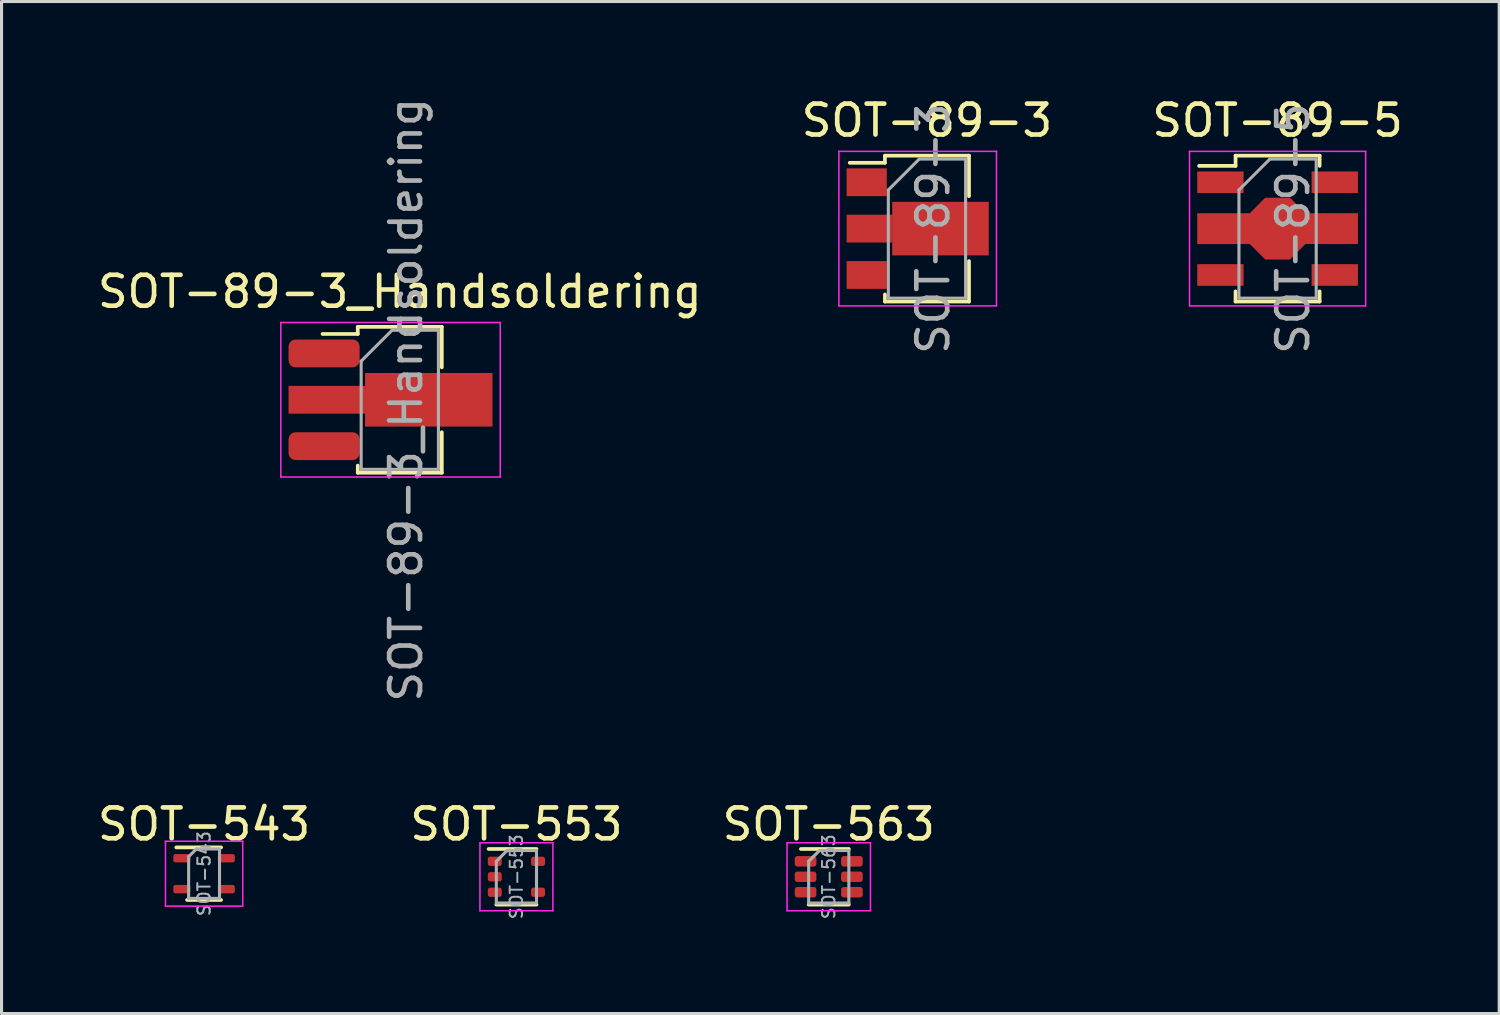
<source format=kicad_pcb>
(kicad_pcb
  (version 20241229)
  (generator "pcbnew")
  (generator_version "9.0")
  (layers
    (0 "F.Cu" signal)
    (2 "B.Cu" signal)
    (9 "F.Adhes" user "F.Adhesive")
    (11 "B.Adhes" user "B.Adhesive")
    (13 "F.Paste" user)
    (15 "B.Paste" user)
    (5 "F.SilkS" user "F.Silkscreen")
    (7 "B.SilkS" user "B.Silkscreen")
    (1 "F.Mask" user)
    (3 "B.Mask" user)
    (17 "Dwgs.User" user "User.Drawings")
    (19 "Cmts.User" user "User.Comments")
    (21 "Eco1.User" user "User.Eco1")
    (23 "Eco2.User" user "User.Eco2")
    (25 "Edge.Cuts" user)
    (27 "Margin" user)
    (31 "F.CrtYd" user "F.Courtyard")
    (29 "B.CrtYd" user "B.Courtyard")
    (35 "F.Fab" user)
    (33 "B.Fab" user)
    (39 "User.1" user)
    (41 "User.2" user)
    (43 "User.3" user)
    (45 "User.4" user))
  (footprint "SOT-89-3"
    (layer "F.Cu")
    (at 26.646 4.348)
    (property "Reference" "SOT-89-3" (at 0.3 -3.5 0) (layer "F.SilkS") (effects (font (size 1 1) (thickness 0.15))))
    (attr smd)
    (fp_line (start -2.2 -2.13) (end -1.06 -2.13) (stroke (width 0.12) (type solid)) (layer "F.SilkS"))
    (fp_line (start -1.06 -2.36) (end -1.06 -2.13) (stroke (width 0.12) (type solid)) (layer "F.SilkS"))
    (fp_line (start -1.06 -2.36) (end 1.66 -2.36) (stroke (width 0.12) (type solid)) (layer "F.SilkS"))
    (fp_line (start -1.06 2.36) (end -1.06 2.13) (stroke (width 0.12) (type solid)) (layer "F.SilkS"))
    (fp_line (start 1.66 -2.36) (end 1.66 -1.05) (stroke (width 0.12) (type solid)) (layer "F.SilkS"))
    (fp_line (start 1.66 1.05) (end 1.66 2.36) (stroke (width 0.12) (type solid)) (layer "F.SilkS"))
    (fp_line (start 1.66 2.36) (end -1.06 2.36) (stroke (width 0.12) (type solid)) (layer "F.SilkS"))
    (fp_line (start -2.55 2.5) (end -2.55 -2.5) (stroke (width 0.05) (type solid)) (layer "F.CrtYd"))
    (fp_line (start -2.55 2.5) (end 2.55 2.5) (stroke (width 0.05) (type solid)) (layer "F.CrtYd"))
    (fp_line (start 2.55 -2.5) (end -2.55 -2.5) (stroke (width 0.05) (type solid)) (layer "F.CrtYd"))
    (fp_line (start 2.55 -2.5) (end 2.55 2.5) (stroke (width 0.05) (type solid)) (layer "F.CrtYd"))
    (fp_line (start -0.95 -1.25) (end 0.05 -2.25) (stroke (width 0.1) (type solid)) (layer "F.Fab"))
    (fp_line (start -0.95 2.25) (end -0.95 -1.25) (stroke (width 0.1) (type solid)) (layer "F.Fab"))
    (fp_line (start 0.05 -2.25) (end 1.55 -2.25) (stroke (width 0.1) (type solid)) (layer "F.Fab"))
    (fp_line (start 1.55 -2.25) (end 1.55 2.25) (stroke (width 0.1) (type solid)) (layer "F.Fab"))
    (fp_line (start 1.55 2.25) (end -0.95 2.25) (stroke (width 0.1) (type solid)) (layer "F.Fab"))
    (fp_text user "${REFERENCE}" (at 0.5 0 90) (layer "F.Fab") (effects (font (size 1 1) (thickness 0.15))))
    (pad "1" smd rect (at -1.65 -1.5) (size 1.3 0.9) (layers "F.Cu" "F.Mask" "F.Paste"))
    (pad "2" smd custom (at -1.562 0) (size 1.475 0.9) (layers "F.Cu" "F.Mask" "F.Paste") (options (anchor rect)) (primitives (gr_poly (pts (xy 3.862 0.867) (xy 0.738 0.867) (xy 0.738 -0.867) (xy 3.862 -0.867)) (width 0) (fill yes))))
    (pad "3" smd rect (at -1.65 1.5) (size 1.3 0.9) (layers "F.Cu" "F.Mask" "F.Paste")))
  (footprint "SOT-563"
    (layer "F.Cu")
    (at 23.768 25.322)
    (property "Reference" "SOT-563" (at 0 -1.7 0) (layer "F.SilkS") (effects (font (size 1 1) (thickness 0.15))))
    (attr smd)
    (fp_line (start -0.9 -0.9) (end 0.65 -0.9) (stroke (width 0.12) (type solid)) (layer "F.SilkS"))
    (fp_line (start 0.65 0.9) (end -0.65 0.9) (stroke (width 0.12) (type solid)) (layer "F.SilkS"))
    (fp_line (start -1.35 -1.1) (end -1.35 1.1) (stroke (width 0.05) (type solid)) (layer "F.CrtYd"))
    (fp_line (start -1.35 -1.1) (end 1.35 -1.1) (stroke (width 0.05) (type solid)) (layer "F.CrtYd"))
    (fp_line (start 1.35 1.1) (end -1.35 1.1) (stroke (width 0.05) (type solid)) (layer "F.CrtYd"))
    (fp_line (start 1.35 1.1) (end 1.35 -1.1) (stroke (width 0.05) (type solid)) (layer "F.CrtYd"))
    (fp_line (start -0.65 -0.5) (end -0.65 0.85) (stroke (width 0.1) (type solid)) (layer "F.Fab"))
    (fp_line (start -0.65 -0.5) (end -0.3 -0.85) (stroke (width 0.1) (type solid)) (layer "F.Fab"))
    (fp_line (start -0.65 0.85) (end 0.65 0.85) (stroke (width 0.1) (type solid)) (layer "F.Fab"))
    (fp_line (start 0.65 -0.85) (end -0.3 -0.85) (stroke (width 0.1) (type solid)) (layer "F.Fab"))
    (fp_line (start 0.65 0.85) (end 0.65 -0.85) (stroke (width 0.1) (type solid)) (layer "F.Fab"))
    (fp_text user "${REFERENCE}" (at 0 0 90) (layer "F.Fab") (effects (font (size 0.4 0.4) (thickness 0.062))))
    (pad "1" smd roundrect (at -0.75 -0.5) (size 0.7 0.34) (layers "F.Cu" "F.Mask" "F.Paste") (roundrect_rratio 0.25))
    (pad "2" smd roundrect (at -0.75 0) (size 0.7 0.34) (layers "F.Cu" "F.Mask" "F.Paste") (roundrect_rratio 0.25))
    (pad "3" smd roundrect (at -0.75 0.5) (size 0.7 0.34) (layers "F.Cu" "F.Mask" "F.Paste") (roundrect_rratio 0.25))
    (pad "4" smd roundrect (at 0.75 0.5) (size 0.7 0.34) (layers "F.Cu" "F.Mask" "F.Paste") (roundrect_rratio 0.25))
    (pad "5" smd roundrect (at 0.75 0) (size 0.7 0.34) (layers "F.Cu" "F.Mask" "F.Paste") (roundrect_rratio 0.25))
    (pad "6" smd roundrect (at 0.75 -0.5) (size 0.7 0.34) (layers "F.Cu" "F.Mask" "F.Paste") (roundrect_rratio 0.25)))
  (footprint "SOT-543"
    (layer "F.Cu")
    (at 3.554 25.222)
    (property "Reference" "SOT-543" (at 0 -1.6 0) (layer "F.SilkS") (effects (font (size 1 1) (thickness 0.15))))
    (attr smd)
    (fp_line (start 0.55 -0.85) (end -0.9 -0.85) (stroke (width 0.12) (type solid)) (layer "F.SilkS"))
    (fp_line (start 0.55 0.85) (end -0.55 0.85) (stroke (width 0.12) (type solid)) (layer "F.SilkS"))
    (fp_line (start -1.25 1.05) (end -1.25 -1.05) (stroke (width 0.05) (type solid)) (layer "F.CrtYd"))
    (fp_line (start -1.25 1.05) (end 1.25 1.05) (stroke (width 0.05) (type solid)) (layer "F.CrtYd"))
    (fp_line (start 1.25 -1.05) (end -1.25 -1.05) (stroke (width 0.05) (type solid)) (layer "F.CrtYd"))
    (fp_line (start 1.25 -1.05) (end 1.25 1.05) (stroke (width 0.05) (type solid)) (layer "F.CrtYd"))
    (fp_line (start -0.5 -0.55) (end -0.5 0.8) (stroke (width 0.1) (type solid)) (layer "F.Fab"))
    (fp_line (start -0.5 0.8) (end 0.5 0.8) (stroke (width 0.1) (type solid)) (layer "F.Fab"))
    (fp_line (start -0.25 -0.8) (end -0.5 -0.55) (stroke (width 0.1) (type solid)) (layer "F.Fab"))
    (fp_line (start 0.5 -0.8) (end -0.25 -0.8) (stroke (width 0.1) (type solid)) (layer "F.Fab"))
    (fp_line (start 0.5 0.8) (end 0.5 -0.8) (stroke (width 0.1) (type solid)) (layer "F.Fab"))
    (fp_text user "${REFERENCE}" (at 0 0 90) (layer "F.Fab") (effects (font (size 0.4 0.4) (thickness 0.065))))
    (pad "1" smd roundrect (at -0.72 -0.5 270) (size 0.27 0.55) (layers "F.Cu" "F.Mask" "F.Paste") (roundrect_rratio 0.25))
    (pad "2" smd roundrect (at -0.72 0.5 270) (size 0.27 0.55) (layers "F.Cu" "F.Mask" "F.Paste") (roundrect_rratio 0.25))
    (pad "3" smd roundrect (at 0.72 0.5 270) (size 0.27 0.55) (layers "F.Cu" "F.Mask" "F.Paste") (roundrect_rratio 0.25))
    (pad "4" smd roundrect (at 0.72 -0.5 270) (size 0.27 0.55) (layers "F.Cu" "F.Mask" "F.Paste") (roundrect_rratio 0.25)))
  (footprint "SOT-553"
    (layer "F.Cu")
    (at 13.661 25.322)
    (property "Reference" "SOT-553" (at 0 -1.7 0) (layer "F.SilkS") (effects (font (size 1 1) (thickness 0.15))))
    (attr smd)
    (fp_line (start -0.9 -0.9) (end 0.65 -0.9) (stroke (width 0.12) (type solid)) (layer "F.SilkS"))
    (fp_line (start 0.65 0.9) (end -0.65 0.9) (stroke (width 0.12) (type solid)) (layer "F.SilkS"))
    (fp_line (start -1.18 -1.1) (end -1.18 1.1) (stroke (width 0.05) (type solid)) (layer "F.CrtYd"))
    (fp_line (start -1.18 -1.1) (end 1.18 -1.1) (stroke (width 0.05) (type solid)) (layer "F.CrtYd"))
    (fp_line (start 1.18 1.1) (end -1.18 1.1) (stroke (width 0.05) (type solid)) (layer "F.CrtYd"))
    (fp_line (start 1.18 1.1) (end 1.18 -1.1) (stroke (width 0.05) (type solid)) (layer "F.CrtYd"))
    (fp_line (start -0.65 -0.5) (end -0.65 0.85) (stroke (width 0.1) (type solid)) (layer "F.Fab"))
    (fp_line (start -0.65 -0.5) (end -0.3 -0.85) (stroke (width 0.1) (type solid)) (layer "F.Fab"))
    (fp_line (start -0.65 0.85) (end 0.65 0.85) (stroke (width 0.1) (type solid)) (layer "F.Fab"))
    (fp_line (start 0.65 -0.85) (end -0.3 -0.85) (stroke (width 0.1) (type solid)) (layer "F.Fab"))
    (fp_line (start 0.65 0.85) (end 0.65 -0.85) (stroke (width 0.1) (type solid)) (layer "F.Fab"))
    (fp_text user "${REFERENCE}" (at 0 0 90) (layer "F.Fab") (effects (font (size 0.4 0.4) (thickness 0.062))))
    (pad "1" smd roundrect (at -0.7 -0.5) (size 0.45 0.3) (layers "F.Cu" "F.Mask" "F.Paste") (roundrect_rratio 0.25))
    (pad "2" smd roundrect (at -0.7 0) (size 0.45 0.3) (layers "F.Cu" "F.Mask" "F.Paste") (roundrect_rratio 0.25))
    (pad "3" smd roundrect (at -0.7 0.5) (size 0.45 0.3) (layers "F.Cu" "F.Mask" "F.Paste") (roundrect_rratio 0.25))
    (pad "4" smd roundrect (at 0.7 0.5) (size 0.45 0.3) (layers "F.Cu" "F.Mask" "F.Paste") (roundrect_rratio 0.25))
    (pad "5" smd roundrect (at 0.7 -0.5) (size 0.45 0.3) (layers "F.Cu" "F.Mask" "F.Paste") (roundrect_rratio 0.25)))
  (footprint "SOT-89-5"
    (layer "F.Cu")
    (at 38.292 4.348)
    (property "Reference" "SOT-89-5" (at 0 -3.5 0) (layer "F.SilkS") (effects (font (size 1 1) (thickness 0.15))))
    (attr smd)
    (fp_line (start -2.54 -2.03) (end -1.36 -2.03) (stroke (width 0.12) (type solid)) (layer "F.SilkS"))
    (fp_line (start -1.36 -2.36) (end -1.36 -2.03) (stroke (width 0.12) (type solid)) (layer "F.SilkS"))
    (fp_line (start -1.36 -2.36) (end 1.36 -2.36) (stroke (width 0.12) (type solid)) (layer "F.SilkS"))
    (fp_line (start -1.36 2.36) (end -1.36 2.03) (stroke (width 0.12) (type solid)) (layer "F.SilkS"))
    (fp_line (start 1.36 -2.36) (end 1.36 -2.03) (stroke (width 0.12) (type solid)) (layer "F.SilkS"))
    (fp_line (start 1.36 2.03) (end 1.36 2.36) (stroke (width 0.12) (type solid)) (layer "F.SilkS"))
    (fp_line (start 1.36 2.36) (end -1.36 2.36) (stroke (width 0.12) (type solid)) (layer "F.SilkS"))
    (fp_line (start -2.85 2.5) (end -2.85 -2.5) (stroke (width 0.05) (type solid)) (layer "F.CrtYd"))
    (fp_line (start -2.85 2.5) (end 2.85 2.5) (stroke (width 0.05) (type solid)) (layer "F.CrtYd"))
    (fp_line (start 2.85 -2.5) (end -2.85 -2.5) (stroke (width 0.05) (type solid)) (layer "F.CrtYd"))
    (fp_line (start 2.85 -2.5) (end 2.85 2.5) (stroke (width 0.05) (type solid)) (layer "F.CrtYd"))
    (fp_line (start -1.25 -1.25) (end -0.25 -2.25) (stroke (width 0.1) (type solid)) (layer "F.Fab"))
    (fp_line (start -1.25 2.25) (end -1.25 -1.25) (stroke (width 0.1) (type solid)) (layer "F.Fab"))
    (fp_line (start -0.25 -2.25) (end 1.25 -2.25) (stroke (width 0.1) (type solid)) (layer "F.Fab"))
    (fp_line (start 1.25 -2.25) (end 1.25 2.25) (stroke (width 0.1) (type solid)) (layer "F.Fab"))
    (fp_line (start 1.25 2.25) (end -1.25 2.25) (stroke (width 0.1) (type solid)) (layer "F.Fab"))
    (fp_text user "${REFERENCE}" (at 0.5 0 90) (layer "F.Fab") (effects (font (size 1 1) (thickness 0.15))))
    (pad "1" smd rect (at -1.85 -1.5) (size 1.5 0.7) (layers "F.Cu" "F.Mask" "F.Paste"))
    (pad "2" smd custom (at 0 0) (size 0.8 2) (layers "F.Cu" "F.Mask" "F.Paste") (options (anchor rect)) (primitives (gr_poly (pts (xy 0.9 -0.5) (xy 2.6 -0.5) (xy 2.6 0.5) (xy 0.9 0.5) (xy 0.4 1) (xy -0.4 1) (xy -0.9 0.5) (xy -2.6 0.5) (xy -2.6 -0.5) (xy -0.9 -0.5) (xy -0.4 -1) (xy 0.4 -1)) (width 0) (fill yes))))
    (pad "3" smd rect (at -1.85 1.5) (size 1.5 0.7) (layers "F.Cu" "F.Mask" "F.Paste"))
    (pad "4" smd rect (at 1.85 1.5) (size 1.5 0.7) (layers "F.Cu" "F.Mask" "F.Paste"))
    (pad "5" smd rect (at 1.85 -1.5) (size 1.5 0.7) (layers "F.Cu" "F.Mask" "F.Paste")))
  (footprint "SOT-89-3_Handsoldering"
    (layer "F.Cu")
    (at 9.887 9.887)
    (property "Reference" "SOT-89-3_Handsoldering" (at 0 -3.5 0) (layer "F.SilkS") (effects (font (size 1 1) (thickness 0.15))))
    (attr smd)
    (fp_line (start -2.5 -2.13) (end -1.36 -2.13) (stroke (width 0.12) (type solid)) (layer "F.SilkS"))
    (fp_line (start -1.36 -2.36) (end -1.36 -2.13) (stroke (width 0.12) (type solid)) (layer "F.SilkS"))
    (fp_line (start -1.36 -2.36) (end 1.36 -2.36) (stroke (width 0.12) (type solid)) (layer "F.SilkS"))
    (fp_line (start -1.36 2.36) (end -1.36 2.13) (stroke (width 0.12) (type solid)) (layer "F.SilkS"))
    (fp_line (start 1.36 -2.36) (end 1.36 -1.05) (stroke (width 0.12) (type solid)) (layer "F.SilkS"))
    (fp_line (start 1.36 1.05) (end 1.36 2.36) (stroke (width 0.12) (type solid)) (layer "F.SilkS"))
    (fp_line (start 1.36 2.36) (end -1.36 2.36) (stroke (width 0.12) (type solid)) (layer "F.SilkS"))
    (fp_line (start -3.85 2.5) (end -3.85 -2.5) (stroke (width 0.05) (type solid)) (layer "F.CrtYd"))
    (fp_line (start -3.85 2.5) (end 3.25 2.5) (stroke (width 0.05) (type solid)) (layer "F.CrtYd"))
    (fp_line (start 3.25 -2.5) (end -3.85 -2.5) (stroke (width 0.05) (type solid)) (layer "F.CrtYd"))
    (fp_line (start 3.25 -2.5) (end 3.25 2.5) (stroke (width 0.05) (type solid)) (layer "F.CrtYd"))
    (fp_line (start -1.25 -1.25) (end -0.25 -2.25) (stroke (width 0.1) (type solid)) (layer "F.Fab"))
    (fp_line (start -1.25 2.25) (end -1.25 -1.25) (stroke (width 0.1) (type solid)) (layer "F.Fab"))
    (fp_line (start -0.25 -2.25) (end 1.25 -2.25) (stroke (width 0.1) (type solid)) (layer "F.Fab"))
    (fp_line (start 1.25 -2.25) (end 1.25 2.25) (stroke (width 0.1) (type solid)) (layer "F.Fab"))
    (fp_line (start 1.25 2.25) (end -1.25 2.25) (stroke (width 0.1) (type solid)) (layer "F.Fab"))
    (fp_text user "${REFERENCE}" (at 0.2 0 90) (layer "F.Fab") (effects (font (size 1 1) (thickness 0.15))))
    (pad "1" smd roundrect (at -2.45 -1.5) (size 2.3 0.9) (layers "F.Cu" "F.Mask" "F.Paste") (roundrect_rratio 0.25))
    (pad "2" smd custom (at -2.362 0) (size 2.475 0.9) (layers "F.Cu" "F.Mask" "F.Paste") (options (anchor rect)) (primitives (gr_poly (pts (xy 5.362 0.867) (xy 1.238 0.867) (xy 1.238 -0.867) (xy 5.362 -0.867)) (width 0) (fill yes))))
    (pad "3" smd roundrect (at -2.45 1.5) (size 2.3 0.9) (layers "F.Cu" "F.Mask" "F.Paste") (roundrect_rratio 0.25)))
  (gr_rect
    (start -3 -3)
    (end 45.464 29.747)
    (stroke (width 0.1) (type default))
    (fill no)
    (layer "Edge.Cuts")))
</source>
